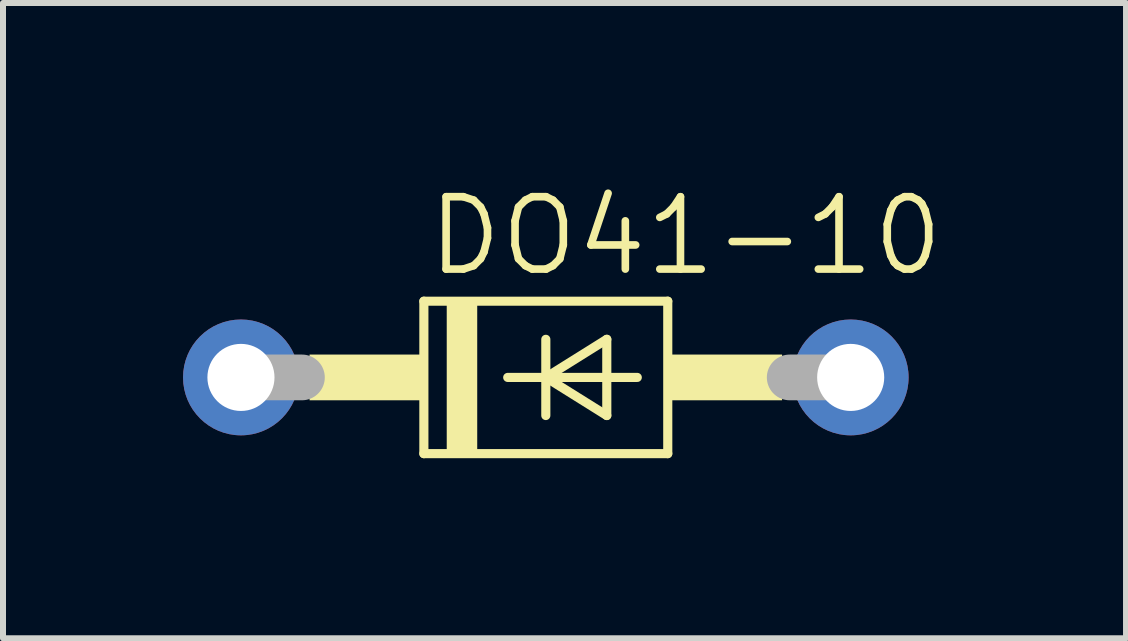
<source format=kicad_pcb>
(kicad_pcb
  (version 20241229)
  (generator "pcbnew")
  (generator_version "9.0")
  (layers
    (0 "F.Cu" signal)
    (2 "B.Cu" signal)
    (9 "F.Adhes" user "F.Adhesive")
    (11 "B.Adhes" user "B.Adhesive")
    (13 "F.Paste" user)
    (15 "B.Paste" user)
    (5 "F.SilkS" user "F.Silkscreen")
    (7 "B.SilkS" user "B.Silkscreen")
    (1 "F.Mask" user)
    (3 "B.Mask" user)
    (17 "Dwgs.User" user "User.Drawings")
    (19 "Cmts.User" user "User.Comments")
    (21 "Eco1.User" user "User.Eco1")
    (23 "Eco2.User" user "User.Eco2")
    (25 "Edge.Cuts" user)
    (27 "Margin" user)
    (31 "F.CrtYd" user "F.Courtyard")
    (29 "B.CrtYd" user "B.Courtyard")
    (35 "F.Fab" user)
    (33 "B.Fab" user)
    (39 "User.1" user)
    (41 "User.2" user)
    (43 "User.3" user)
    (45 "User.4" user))
  (footprint "DO41-10"
    (layer "F.Cu")
    (at 6.045 3.239)
    (property "Reference" "DO41-10" (at -2.032 -1.651 0) (layer "F.SilkS") (effects (font (size 1.206 1.206) (thickness 0.127)) (justify left bottom)))
    (attr through_hole)
    (fp_line (start -2.032 -1.27) (end -2.032 1.27) (stroke (width 0.152) (type solid)) (layer "F.SilkS"))
    (fp_line (start -2.032 -1.27) (end 2.032 -1.27) (stroke (width 0.152) (type solid)) (layer "F.SilkS"))
    (fp_line (start -0.635 0) (end 0 0) (stroke (width 0.152) (type solid)) (layer "F.SilkS"))
    (fp_line (start 0 -0.635) (end 0 0) (stroke (width 0.152) (type solid)) (layer "F.SilkS"))
    (fp_line (start 0 0) (end 0 0.635) (stroke (width 0.152) (type solid)) (layer "F.SilkS"))
    (fp_line (start 0 0) (end 1.016 -0.635) (stroke (width 0.152) (type solid)) (layer "F.SilkS"))
    (fp_line (start 0 0) (end 1.524 0) (stroke (width 0.152) (type solid)) (layer "F.SilkS"))
    (fp_line (start 1.016 -0.635) (end 1.016 0.635) (stroke (width 0.152) (type solid)) (layer "F.SilkS"))
    (fp_line (start 1.016 0.635) (end 0 0) (stroke (width 0.152) (type solid)) (layer "F.SilkS"))
    (fp_line (start 2.032 1.27) (end -2.032 1.27) (stroke (width 0.152) (type solid)) (layer "F.SilkS"))
    (fp_line (start 2.032 1.27) (end 2.032 -1.27) (stroke (width 0.152) (type solid)) (layer "F.SilkS"))
    (fp_poly (pts (xy -3.937 0.381) (xy -2.032 0.381) (xy -2.032 -0.381) (xy -3.937 -0.381)) (stroke (width 0) (type solid)) (fill yes) (layer "F.SilkS"))
    (fp_poly (pts (xy -1.651 1.27) (xy -1.143 1.27) (xy -1.143 -1.27) (xy -1.651 -1.27)) (stroke (width 0) (type solid)) (fill yes) (layer "F.SilkS"))
    (fp_poly (pts (xy 2.032 0.381) (xy 3.937 0.381) (xy 3.937 -0.381) (xy 2.032 -0.381)) (stroke (width 0) (type solid)) (fill yes) (layer "F.SilkS"))
    (fp_line (start -5.08 0) (end -4.064 0) (stroke (width 0.762) (type solid)) (layer "F.Fab"))
    (fp_line (start 5.08 0) (end 4.064 0) (stroke (width 0.762) (type solid)) (layer "F.Fab"))
    (pad "A" thru_hole circle (at 5.08 0) (size 1.93 1.93) (drill 1.118) (layers "*.Cu" "*.Mask"))
    (pad "C" thru_hole circle (at -5.08 0) (size 1.93 1.93) (drill 1.118) (layers "*.Cu" "*.Mask")))
  (gr_rect
    (start -3 -3)
    (end 15.713 7.585)
    (stroke (width 0.1) (type default))
    (fill no)
    (layer "Edge.Cuts")))
</source>
